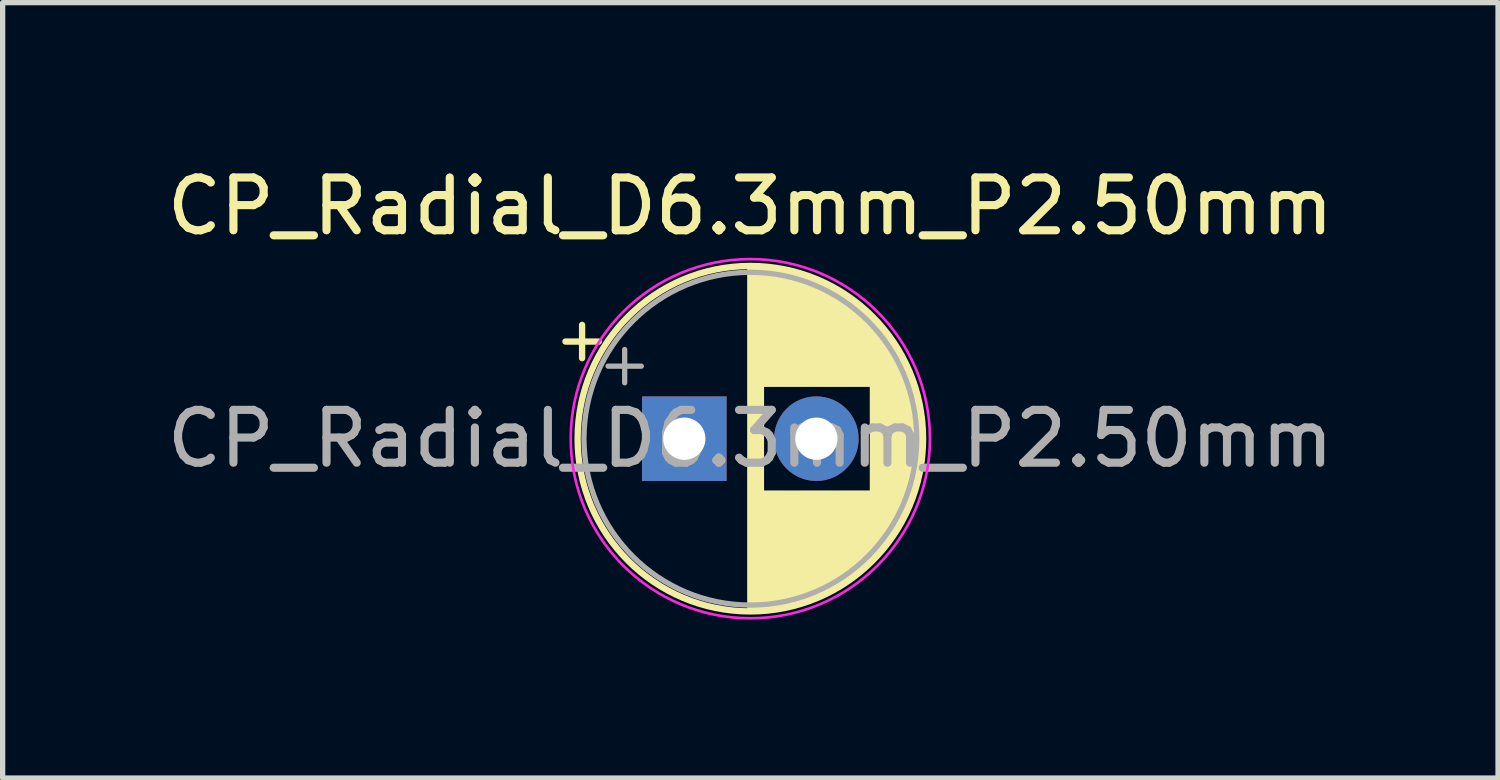
<source format=kicad_pcb>
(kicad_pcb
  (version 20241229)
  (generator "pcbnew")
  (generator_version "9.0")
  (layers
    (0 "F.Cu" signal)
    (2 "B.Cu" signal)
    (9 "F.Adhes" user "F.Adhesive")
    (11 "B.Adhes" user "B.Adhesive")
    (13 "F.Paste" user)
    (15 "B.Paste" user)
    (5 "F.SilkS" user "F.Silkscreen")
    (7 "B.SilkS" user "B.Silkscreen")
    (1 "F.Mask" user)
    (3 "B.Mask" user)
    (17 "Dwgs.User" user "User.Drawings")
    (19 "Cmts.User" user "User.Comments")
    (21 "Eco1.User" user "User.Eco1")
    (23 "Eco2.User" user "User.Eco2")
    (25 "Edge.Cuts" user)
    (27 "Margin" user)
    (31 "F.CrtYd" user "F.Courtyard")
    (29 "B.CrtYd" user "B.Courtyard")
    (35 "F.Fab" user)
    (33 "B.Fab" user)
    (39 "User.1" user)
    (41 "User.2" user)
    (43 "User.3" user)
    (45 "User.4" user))
  (footprint "CP_Radial_D6.3mm_P2.50mm"
    (layer "F.Cu")
    (at 9.905 5.255)
    (property "Reference" "CP_Radial_D6.3mm_P2.50mm" (at 1.25 -4.4 0) (layer "F.SilkS") (effects (font (size 1 1) (thickness 0.154))))
    (attr through_hole)
    (fp_line (start -2.25 -1.839) (end -1.62 -1.839) (stroke (width 0.12) (type solid)) (layer "F.SilkS"))
    (fp_line (start -1.935 -2.154) (end -1.935 -1.524) (stroke (width 0.12) (type solid)) (layer "F.SilkS"))
    (fp_line (start 1.25 -3.23) (end 1.25 3.23) (stroke (width 0.12) (type solid)) (layer "F.SilkS"))
    (fp_line (start 1.29 -3.23) (end 1.29 3.23) (stroke (width 0.12) (type solid)) (layer "F.SilkS"))
    (fp_line (start 1.33 -3.23) (end 1.33 3.23) (stroke (width 0.12) (type solid)) (layer "F.SilkS"))
    (fp_line (start 1.37 -3.228) (end 1.37 3.228) (stroke (width 0.12) (type solid)) (layer "F.SilkS"))
    (fp_line (start 1.41 -3.227) (end 1.41 3.227) (stroke (width 0.12) (type solid)) (layer "F.SilkS"))
    (fp_line (start 1.45 -3.224) (end 1.45 3.224) (stroke (width 0.12) (type solid)) (layer "F.SilkS"))
    (fp_line (start 1.49 -3.222) (end 1.49 -1.04) (stroke (width 0.12) (type solid)) (layer "F.SilkS"))
    (fp_line (start 1.49 1.04) (end 1.49 3.222) (stroke (width 0.12) (type solid)) (layer "F.SilkS"))
    (fp_line (start 1.53 -3.218) (end 1.53 -1.04) (stroke (width 0.12) (type solid)) (layer "F.SilkS"))
    (fp_line (start 1.53 1.04) (end 1.53 3.218) (stroke (width 0.12) (type solid)) (layer "F.SilkS"))
    (fp_line (start 1.57 -3.215) (end 1.57 -1.04) (stroke (width 0.12) (type solid)) (layer "F.SilkS"))
    (fp_line (start 1.57 1.04) (end 1.57 3.215) (stroke (width 0.12) (type solid)) (layer "F.SilkS"))
    (fp_line (start 1.61 -3.211) (end 1.61 -1.04) (stroke (width 0.12) (type solid)) (layer "F.SilkS"))
    (fp_line (start 1.61 1.04) (end 1.61 3.211) (stroke (width 0.12) (type solid)) (layer "F.SilkS"))
    (fp_line (start 1.65 -3.206) (end 1.65 -1.04) (stroke (width 0.12) (type solid)) (layer "F.SilkS"))
    (fp_line (start 1.65 1.04) (end 1.65 3.206) (stroke (width 0.12) (type solid)) (layer "F.SilkS"))
    (fp_line (start 1.69 -3.201) (end 1.69 -1.04) (stroke (width 0.12) (type solid)) (layer "F.SilkS"))
    (fp_line (start 1.69 1.04) (end 1.69 3.201) (stroke (width 0.12) (type solid)) (layer "F.SilkS"))
    (fp_line (start 1.73 -3.195) (end 1.73 -1.04) (stroke (width 0.12) (type solid)) (layer "F.SilkS"))
    (fp_line (start 1.73 1.04) (end 1.73 3.195) (stroke (width 0.12) (type solid)) (layer "F.SilkS"))
    (fp_line (start 1.77 -3.189) (end 1.77 -1.04) (stroke (width 0.12) (type solid)) (layer "F.SilkS"))
    (fp_line (start 1.77 1.04) (end 1.77 3.189) (stroke (width 0.12) (type solid)) (layer "F.SilkS"))
    (fp_line (start 1.81 -3.182) (end 1.81 -1.04) (stroke (width 0.12) (type solid)) (layer "F.SilkS"))
    (fp_line (start 1.81 1.04) (end 1.81 3.182) (stroke (width 0.12) (type solid)) (layer "F.SilkS"))
    (fp_line (start 1.85 -3.175) (end 1.85 -1.04) (stroke (width 0.12) (type solid)) (layer "F.SilkS"))
    (fp_line (start 1.85 1.04) (end 1.85 3.175) (stroke (width 0.12) (type solid)) (layer "F.SilkS"))
    (fp_line (start 1.89 -3.167) (end 1.89 -1.04) (stroke (width 0.12) (type solid)) (layer "F.SilkS"))
    (fp_line (start 1.89 1.04) (end 1.89 3.167) (stroke (width 0.12) (type solid)) (layer "F.SilkS"))
    (fp_line (start 1.93 -3.159) (end 1.93 -1.04) (stroke (width 0.12) (type solid)) (layer "F.SilkS"))
    (fp_line (start 1.93 1.04) (end 1.93 3.159) (stroke (width 0.12) (type solid)) (layer "F.SilkS"))
    (fp_line (start 1.971 -3.15) (end 1.971 -1.04) (stroke (width 0.12) (type solid)) (layer "F.SilkS"))
    (fp_line (start 1.971 1.04) (end 1.971 3.15) (stroke (width 0.12) (type solid)) (layer "F.SilkS"))
    (fp_line (start 2.011 -3.141) (end 2.011 -1.04) (stroke (width 0.12) (type solid)) (layer "F.SilkS"))
    (fp_line (start 2.011 1.04) (end 2.011 3.141) (stroke (width 0.12) (type solid)) (layer "F.SilkS"))
    (fp_line (start 2.051 -3.131) (end 2.051 -1.04) (stroke (width 0.12) (type solid)) (layer "F.SilkS"))
    (fp_line (start 2.051 1.04) (end 2.051 3.131) (stroke (width 0.12) (type solid)) (layer "F.SilkS"))
    (fp_line (start 2.091 -3.121) (end 2.091 -1.04) (stroke (width 0.12) (type solid)) (layer "F.SilkS"))
    (fp_line (start 2.091 1.04) (end 2.091 3.121) (stroke (width 0.12) (type solid)) (layer "F.SilkS"))
    (fp_line (start 2.131 -3.11) (end 2.131 -1.04) (stroke (width 0.12) (type solid)) (layer "F.SilkS"))
    (fp_line (start 2.131 1.04) (end 2.131 3.11) (stroke (width 0.12) (type solid)) (layer "F.SilkS"))
    (fp_line (start 2.171 -3.098) (end 2.171 -1.04) (stroke (width 0.12) (type solid)) (layer "F.SilkS"))
    (fp_line (start 2.171 1.04) (end 2.171 3.098) (stroke (width 0.12) (type solid)) (layer "F.SilkS"))
    (fp_line (start 2.211 -3.086) (end 2.211 -1.04) (stroke (width 0.12) (type solid)) (layer "F.SilkS"))
    (fp_line (start 2.211 1.04) (end 2.211 3.086) (stroke (width 0.12) (type solid)) (layer "F.SilkS"))
    (fp_line (start 2.251 -3.074) (end 2.251 -1.04) (stroke (width 0.12) (type solid)) (layer "F.SilkS"))
    (fp_line (start 2.251 1.04) (end 2.251 3.074) (stroke (width 0.12) (type solid)) (layer "F.SilkS"))
    (fp_line (start 2.291 -3.061) (end 2.291 -1.04) (stroke (width 0.12) (type solid)) (layer "F.SilkS"))
    (fp_line (start 2.291 1.04) (end 2.291 3.061) (stroke (width 0.12) (type solid)) (layer "F.SilkS"))
    (fp_line (start 2.331 -3.047) (end 2.331 -1.04) (stroke (width 0.12) (type solid)) (layer "F.SilkS"))
    (fp_line (start 2.331 1.04) (end 2.331 3.047) (stroke (width 0.12) (type solid)) (layer "F.SilkS"))
    (fp_line (start 2.371 -3.033) (end 2.371 -1.04) (stroke (width 0.12) (type solid)) (layer "F.SilkS"))
    (fp_line (start 2.371 1.04) (end 2.371 3.033) (stroke (width 0.12) (type solid)) (layer "F.SilkS"))
    (fp_line (start 2.411 -3.018) (end 2.411 -1.04) (stroke (width 0.12) (type solid)) (layer "F.SilkS"))
    (fp_line (start 2.411 1.04) (end 2.411 3.018) (stroke (width 0.12) (type solid)) (layer "F.SilkS"))
    (fp_line (start 2.451 -3.002) (end 2.451 -1.04) (stroke (width 0.12) (type solid)) (layer "F.SilkS"))
    (fp_line (start 2.451 1.04) (end 2.451 3.002) (stroke (width 0.12) (type solid)) (layer "F.SilkS"))
    (fp_line (start 2.491 -2.986) (end 2.491 -1.04) (stroke (width 0.12) (type solid)) (layer "F.SilkS"))
    (fp_line (start 2.491 1.04) (end 2.491 2.986) (stroke (width 0.12) (type solid)) (layer "F.SilkS"))
    (fp_line (start 2.531 -2.97) (end 2.531 -1.04) (stroke (width 0.12) (type solid)) (layer "F.SilkS"))
    (fp_line (start 2.531 1.04) (end 2.531 2.97) (stroke (width 0.12) (type solid)) (layer "F.SilkS"))
    (fp_line (start 2.571 -2.952) (end 2.571 -1.04) (stroke (width 0.12) (type solid)) (layer "F.SilkS"))
    (fp_line (start 2.571 1.04) (end 2.571 2.952) (stroke (width 0.12) (type solid)) (layer "F.SilkS"))
    (fp_line (start 2.611 -2.934) (end 2.611 -1.04) (stroke (width 0.12) (type solid)) (layer "F.SilkS"))
    (fp_line (start 2.611 1.04) (end 2.611 2.934) (stroke (width 0.12) (type solid)) (layer "F.SilkS"))
    (fp_line (start 2.651 -2.916) (end 2.651 -1.04) (stroke (width 0.12) (type solid)) (layer "F.SilkS"))
    (fp_line (start 2.651 1.04) (end 2.651 2.916) (stroke (width 0.12) (type solid)) (layer "F.SilkS"))
    (fp_line (start 2.691 -2.896) (end 2.691 -1.04) (stroke (width 0.12) (type solid)) (layer "F.SilkS"))
    (fp_line (start 2.691 1.04) (end 2.691 2.896) (stroke (width 0.12) (type solid)) (layer "F.SilkS"))
    (fp_line (start 2.731 -2.876) (end 2.731 -1.04) (stroke (width 0.12) (type solid)) (layer "F.SilkS"))
    (fp_line (start 2.731 1.04) (end 2.731 2.876) (stroke (width 0.12) (type solid)) (layer "F.SilkS"))
    (fp_line (start 2.771 -2.856) (end 2.771 -1.04) (stroke (width 0.12) (type solid)) (layer "F.SilkS"))
    (fp_line (start 2.771 1.04) (end 2.771 2.856) (stroke (width 0.12) (type solid)) (layer "F.SilkS"))
    (fp_line (start 2.811 -2.834) (end 2.811 -1.04) (stroke (width 0.12) (type solid)) (layer "F.SilkS"))
    (fp_line (start 2.811 1.04) (end 2.811 2.834) (stroke (width 0.12) (type solid)) (layer "F.SilkS"))
    (fp_line (start 2.851 -2.812) (end 2.851 -1.04) (stroke (width 0.12) (type solid)) (layer "F.SilkS"))
    (fp_line (start 2.851 1.04) (end 2.851 2.812) (stroke (width 0.12) (type solid)) (layer "F.SilkS"))
    (fp_line (start 2.891 -2.79) (end 2.891 -1.04) (stroke (width 0.12) (type solid)) (layer "F.SilkS"))
    (fp_line (start 2.891 1.04) (end 2.891 2.79) (stroke (width 0.12) (type solid)) (layer "F.SilkS"))
    (fp_line (start 2.931 -2.766) (end 2.931 -1.04) (stroke (width 0.12) (type solid)) (layer "F.SilkS"))
    (fp_line (start 2.931 1.04) (end 2.931 2.766) (stroke (width 0.12) (type solid)) (layer "F.SilkS"))
    (fp_line (start 2.971 -2.742) (end 2.971 -1.04) (stroke (width 0.12) (type solid)) (layer "F.SilkS"))
    (fp_line (start 2.971 1.04) (end 2.971 2.742) (stroke (width 0.12) (type solid)) (layer "F.SilkS"))
    (fp_line (start 3.011 -2.716) (end 3.011 -1.04) (stroke (width 0.12) (type solid)) (layer "F.SilkS"))
    (fp_line (start 3.011 1.04) (end 3.011 2.716) (stroke (width 0.12) (type solid)) (layer "F.SilkS"))
    (fp_line (start 3.051 -2.69) (end 3.051 -1.04) (stroke (width 0.12) (type solid)) (layer "F.SilkS"))
    (fp_line (start 3.051 1.04) (end 3.051 2.69) (stroke (width 0.12) (type solid)) (layer "F.SilkS"))
    (fp_line (start 3.091 -2.664) (end 3.091 -1.04) (stroke (width 0.12) (type solid)) (layer "F.SilkS"))
    (fp_line (start 3.091 1.04) (end 3.091 2.664) (stroke (width 0.12) (type solid)) (layer "F.SilkS"))
    (fp_line (start 3.131 -2.636) (end 3.131 -1.04) (stroke (width 0.12) (type solid)) (layer "F.SilkS"))
    (fp_line (start 3.131 1.04) (end 3.131 2.636) (stroke (width 0.12) (type solid)) (layer "F.SilkS"))
    (fp_line (start 3.171 -2.607) (end 3.171 -1.04) (stroke (width 0.12) (type solid)) (layer "F.SilkS"))
    (fp_line (start 3.171 1.04) (end 3.171 2.607) (stroke (width 0.12) (type solid)) (layer "F.SilkS"))
    (fp_line (start 3.211 -2.578) (end 3.211 -1.04) (stroke (width 0.12) (type solid)) (layer "F.SilkS"))
    (fp_line (start 3.211 1.04) (end 3.211 2.578) (stroke (width 0.12) (type solid)) (layer "F.SilkS"))
    (fp_line (start 3.251 -2.548) (end 3.251 -1.04) (stroke (width 0.12) (type solid)) (layer "F.SilkS"))
    (fp_line (start 3.251 1.04) (end 3.251 2.548) (stroke (width 0.12) (type solid)) (layer "F.SilkS"))
    (fp_line (start 3.291 -2.516) (end 3.291 -1.04) (stroke (width 0.12) (type solid)) (layer "F.SilkS"))
    (fp_line (start 3.291 1.04) (end 3.291 2.516) (stroke (width 0.12) (type solid)) (layer "F.SilkS"))
    (fp_line (start 3.331 -2.484) (end 3.331 -1.04) (stroke (width 0.12) (type solid)) (layer "F.SilkS"))
    (fp_line (start 3.331 1.04) (end 3.331 2.484) (stroke (width 0.12) (type solid)) (layer "F.SilkS"))
    (fp_line (start 3.371 -2.45) (end 3.371 -1.04) (stroke (width 0.12) (type solid)) (layer "F.SilkS"))
    (fp_line (start 3.371 1.04) (end 3.371 2.45) (stroke (width 0.12) (type solid)) (layer "F.SilkS"))
    (fp_line (start 3.411 -2.416) (end 3.411 -1.04) (stroke (width 0.12) (type solid)) (layer "F.SilkS"))
    (fp_line (start 3.411 1.04) (end 3.411 2.416) (stroke (width 0.12) (type solid)) (layer "F.SilkS"))
    (fp_line (start 3.451 -2.38) (end 3.451 -1.04) (stroke (width 0.12) (type solid)) (layer "F.SilkS"))
    (fp_line (start 3.451 1.04) (end 3.451 2.38) (stroke (width 0.12) (type solid)) (layer "F.SilkS"))
    (fp_line (start 3.491 -2.343) (end 3.491 -1.04) (stroke (width 0.12) (type solid)) (layer "F.SilkS"))
    (fp_line (start 3.491 1.04) (end 3.491 2.343) (stroke (width 0.12) (type solid)) (layer "F.SilkS"))
    (fp_line (start 3.531 -2.305) (end 3.531 -1.04) (stroke (width 0.12) (type solid)) (layer "F.SilkS"))
    (fp_line (start 3.531 1.04) (end 3.531 2.305) (stroke (width 0.12) (type solid)) (layer "F.SilkS"))
    (fp_line (start 3.571 -2.265) (end 3.571 2.265) (stroke (width 0.12) (type solid)) (layer "F.SilkS"))
    (fp_line (start 3.611 -2.224) (end 3.611 2.224) (stroke (width 0.12) (type solid)) (layer "F.SilkS"))
    (fp_line (start 3.651 -2.182) (end 3.651 2.182) (stroke (width 0.12) (type solid)) (layer "F.SilkS"))
    (fp_line (start 3.691 -2.137) (end 3.691 2.137) (stroke (width 0.12) (type solid)) (layer "F.SilkS"))
    (fp_line (start 3.731 -2.092) (end 3.731 2.092) (stroke (width 0.12) (type solid)) (layer "F.SilkS"))
    (fp_line (start 3.771 -2.044) (end 3.771 2.044) (stroke (width 0.12) (type solid)) (layer "F.SilkS"))
    (fp_line (start 3.811 -1.995) (end 3.811 1.995) (stroke (width 0.12) (type solid)) (layer "F.SilkS"))
    (fp_line (start 3.851 -1.944) (end 3.851 1.944) (stroke (width 0.12) (type solid)) (layer "F.SilkS"))
    (fp_line (start 3.891 -1.89) (end 3.891 1.89) (stroke (width 0.12) (type solid)) (layer "F.SilkS"))
    (fp_line (start 3.931 -1.834) (end 3.931 1.834) (stroke (width 0.12) (type solid)) (layer "F.SilkS"))
    (fp_line (start 3.971 -1.776) (end 3.971 1.776) (stroke (width 0.12) (type solid)) (layer "F.SilkS"))
    (fp_line (start 4.011 -1.714) (end 4.011 1.714) (stroke (width 0.12) (type solid)) (layer "F.SilkS"))
    (fp_line (start 4.051 -1.65) (end 4.051 1.65) (stroke (width 0.12) (type solid)) (layer "F.SilkS"))
    (fp_line (start 4.091 -1.581) (end 4.091 1.581) (stroke (width 0.12) (type solid)) (layer "F.SilkS"))
    (fp_line (start 4.131 -1.509) (end 4.131 1.509) (stroke (width 0.12) (type solid)) (layer "F.SilkS"))
    (fp_line (start 4.171 -1.432) (end 4.171 1.432) (stroke (width 0.12) (type solid)) (layer "F.SilkS"))
    (fp_line (start 4.211 -1.35) (end 4.211 1.35) (stroke (width 0.12) (type solid)) (layer "F.SilkS"))
    (fp_line (start 4.251 -1.262) (end 4.251 1.262) (stroke (width 0.12) (type solid)) (layer "F.SilkS"))
    (fp_line (start 4.291 -1.165) (end 4.291 1.165) (stroke (width 0.12) (type solid)) (layer "F.SilkS"))
    (fp_line (start 4.331 -1.059) (end 4.331 1.059) (stroke (width 0.12) (type solid)) (layer "F.SilkS"))
    (fp_line (start 4.371 -0.94) (end 4.371 0.94) (stroke (width 0.12) (type solid)) (layer "F.SilkS"))
    (fp_line (start 4.411 -0.802) (end 4.411 0.802) (stroke (width 0.12) (type solid)) (layer "F.SilkS"))
    (fp_line (start 4.451 -0.633) (end 4.451 0.633) (stroke (width 0.12) (type solid)) (layer "F.SilkS"))
    (fp_line (start 4.491 -0.402) (end 4.491 0.402) (stroke (width 0.12) (type solid)) (layer "F.SilkS"))
    (fp_circle (center 1.25 0) (end 4.52 0) (stroke (width 0.12) (type solid)) (fill no) (layer "F.SilkS"))
    (fp_circle (center 1.25 0) (end 4.65 0) (stroke (width 0.05) (type solid)) (fill no) (layer "F.CrtYd"))
    (fp_line (start -1.444 -1.373) (end -0.814 -1.373) (stroke (width 0.1) (type solid)) (layer "F.Fab"))
    (fp_line (start -1.129 -1.688) (end -1.129 -1.058) (stroke (width 0.1) (type solid)) (layer "F.Fab"))
    (fp_circle (center 1.25 0) (end 4.4 0) (stroke (width 0.1) (type solid)) (fill no) (layer "F.Fab"))
    (fp_text user "${REFERENCE}" (at 1.25 0 0) (layer "F.Fab") (effects (font (size 1 1) (thickness 0.154))))
    (pad "1" thru_hole rect (at 0 0) (size 1.6 1.6) (drill 0.8) (layers "*.Cu" "*.Mask"))
    (pad "2" thru_hole circle (at 2.5 0) (size 1.6 1.6) (drill 0.8) (layers "*.Cu" "*.Mask")))
  (gr_rect
    (start -3 -3)
    (end 25.31 11.68)
    (stroke (width 0.1) (type default))
    (fill no)
    (layer "Edge.Cuts")))
</source>
